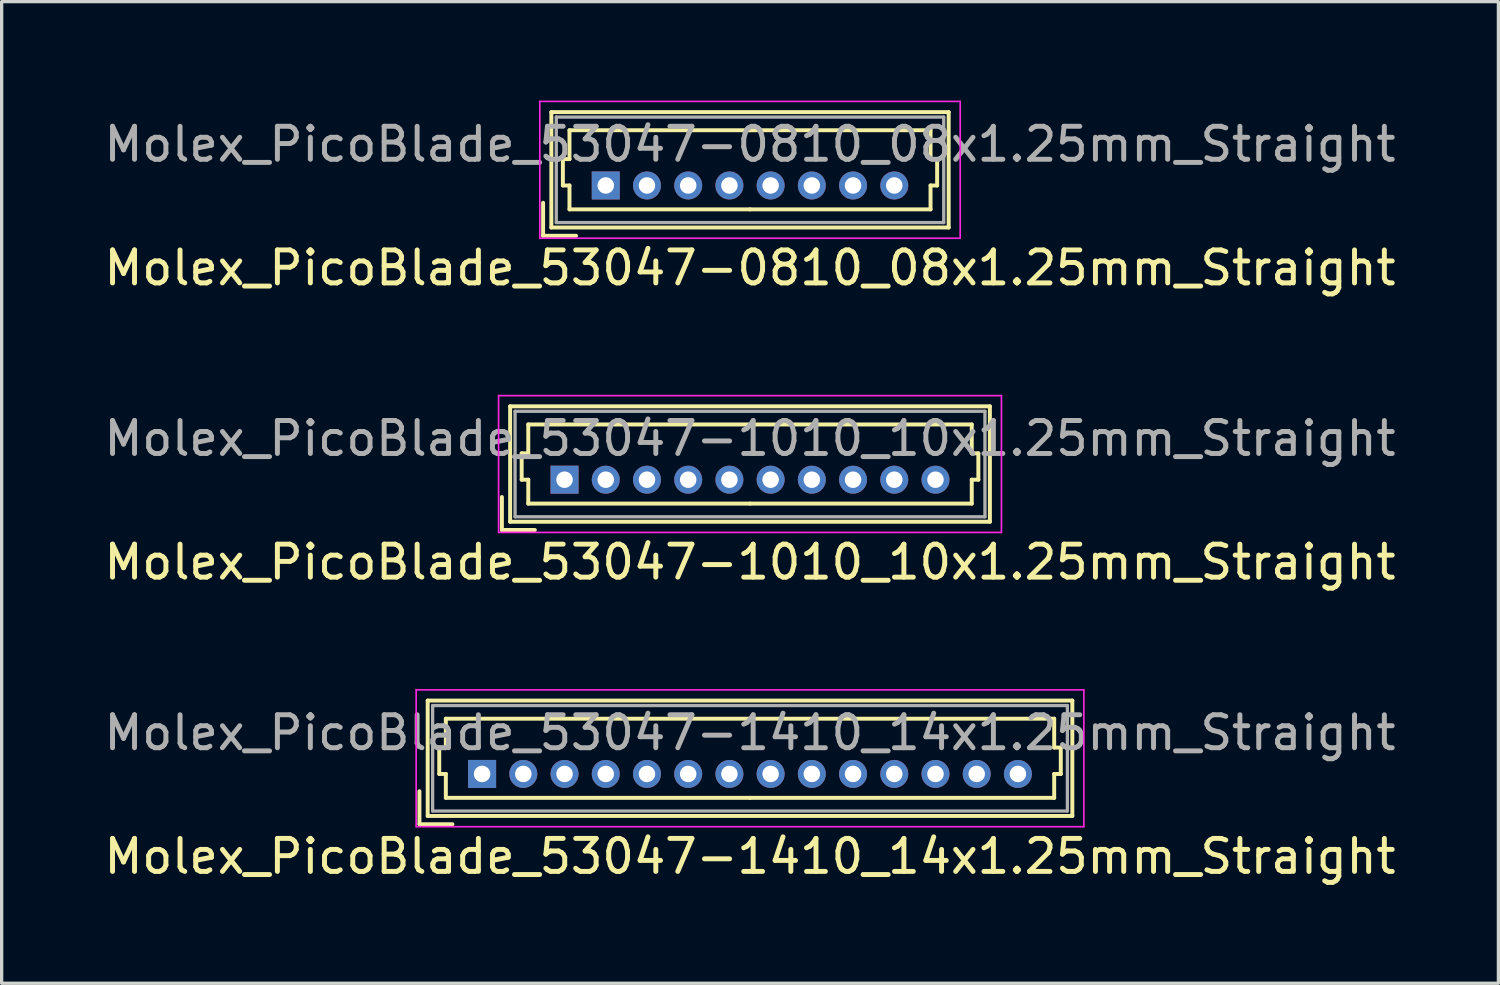
<source format=kicad_pcb>
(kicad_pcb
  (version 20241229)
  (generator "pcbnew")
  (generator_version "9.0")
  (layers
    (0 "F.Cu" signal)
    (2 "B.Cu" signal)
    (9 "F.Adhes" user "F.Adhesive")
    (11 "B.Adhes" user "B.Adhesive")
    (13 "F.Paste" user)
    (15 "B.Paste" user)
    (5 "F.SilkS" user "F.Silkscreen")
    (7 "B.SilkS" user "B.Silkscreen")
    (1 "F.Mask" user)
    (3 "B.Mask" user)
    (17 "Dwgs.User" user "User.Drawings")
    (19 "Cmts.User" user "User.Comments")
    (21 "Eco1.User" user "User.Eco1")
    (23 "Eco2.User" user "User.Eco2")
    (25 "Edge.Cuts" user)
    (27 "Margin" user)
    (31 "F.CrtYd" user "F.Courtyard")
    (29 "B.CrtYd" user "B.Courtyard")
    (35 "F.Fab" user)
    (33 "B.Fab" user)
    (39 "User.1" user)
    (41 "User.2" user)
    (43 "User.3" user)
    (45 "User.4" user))
  (footprint "Molex_PicoBlade_53047-0810_08x1.25mm_Straight"
    (layer "F.Cu")
    (at 15.321 2.575)
    (property "Reference" "Molex_PicoBlade_53047-0810_08x1.25mm_Straight" (at 4.375 2.5 0) (layer "F.SilkS") (effects (font (size 1 1) (thickness 0.15))))
    (attr through_hole)
    (fp_line (start -1.9 1.525) (end -1.9 0.525) (stroke (width 0.12) (type solid)) (layer "F.SilkS"))
    (fp_line (start -1.9 1.525) (end -0.9 1.525) (stroke (width 0.12) (type solid)) (layer "F.SilkS"))
    (fp_line (start -1.65 -2.225) (end -1.65 1.275) (stroke (width 0.12) (type solid)) (layer "F.SilkS"))
    (fp_line (start -1.65 1.275) (end 10.4 1.275) (stroke (width 0.12) (type solid)) (layer "F.SilkS"))
    (fp_line (start -1.3 -0.8) (end -1.1 -0.8) (stroke (width 0.12) (type solid)) (layer "F.SilkS"))
    (fp_line (start -1.3 0) (end -1.3 -0.8) (stroke (width 0.12) (type solid)) (layer "F.SilkS"))
    (fp_line (start -1.1 -1.675) (end 4.375 -1.675) (stroke (width 0.12) (type solid)) (layer "F.SilkS"))
    (fp_line (start -1.1 -0.8) (end -1.1 -1.675) (stroke (width 0.12) (type solid)) (layer "F.SilkS"))
    (fp_line (start -1.1 0) (end -1.3 0) (stroke (width 0.12) (type solid)) (layer "F.SilkS"))
    (fp_line (start -1.1 0.725) (end -1.1 0) (stroke (width 0.12) (type solid)) (layer "F.SilkS"))
    (fp_line (start 4.375 0.725) (end -1.1 0.725) (stroke (width 0.12) (type solid)) (layer "F.SilkS"))
    (fp_line (start 4.375 0.725) (end 9.85 0.725) (stroke (width 0.12) (type solid)) (layer "F.SilkS"))
    (fp_line (start 9.85 -1.675) (end 4.375 -1.675) (stroke (width 0.12) (type solid)) (layer "F.SilkS"))
    (fp_line (start 9.85 -0.8) (end 9.85 -1.675) (stroke (width 0.12) (type solid)) (layer "F.SilkS"))
    (fp_line (start 9.85 0) (end 10.05 0) (stroke (width 0.12) (type solid)) (layer "F.SilkS"))
    (fp_line (start 9.85 0.725) (end 9.85 0) (stroke (width 0.12) (type solid)) (layer "F.SilkS"))
    (fp_line (start 10.05 -0.8) (end 9.85 -0.8) (stroke (width 0.12) (type solid)) (layer "F.SilkS"))
    (fp_line (start 10.05 0) (end 10.05 -0.8) (stroke (width 0.12) (type solid)) (layer "F.SilkS"))
    (fp_line (start 10.4 -2.225) (end -1.65 -2.225) (stroke (width 0.12) (type solid)) (layer "F.SilkS"))
    (fp_line (start 10.4 1.275) (end 10.4 -2.225) (stroke (width 0.12) (type solid)) (layer "F.SilkS"))
    (fp_line (start -2 -2.55) (end -2 1.6) (stroke (width 0.05) (type solid)) (layer "F.CrtYd"))
    (fp_line (start -2 1.6) (end 10.75 1.6) (stroke (width 0.05) (type solid)) (layer "F.CrtYd"))
    (fp_line (start 10.75 -2.55) (end -2 -2.55) (stroke (width 0.05) (type solid)) (layer "F.CrtYd"))
    (fp_line (start 10.75 1.6) (end 10.75 -2.55) (stroke (width 0.05) (type solid)) (layer "F.CrtYd"))
    (fp_line (start -1.5 -2.075) (end -1.5 1.125) (stroke (width 0.1) (type solid)) (layer "F.Fab"))
    (fp_line (start -1.5 1.125) (end 10.25 1.125) (stroke (width 0.1) (type solid)) (layer "F.Fab"))
    (fp_line (start 10.25 -2.075) (end -1.5 -2.075) (stroke (width 0.1) (type solid)) (layer "F.Fab"))
    (fp_line (start 10.25 1.125) (end 10.25 -2.075) (stroke (width 0.1) (type solid)) (layer "F.Fab"))
    (fp_text user "${REFERENCE}" (at 4.375 -1.25 0) (layer "F.Fab") (effects (font (size 1 1) (thickness 0.15))))
    (pad "1" thru_hole rect (at 0 0) (size 0.85 0.85) (drill 0.5) (layers "*.Cu" "*.Mask"))
    (pad "2" thru_hole circle (at 1.25 0) (size 0.85 0.85) (drill 0.5) (layers "*.Cu" "*.Mask"))
    (pad "3" thru_hole circle (at 2.5 0) (size 0.85 0.85) (drill 0.5) (layers "*.Cu" "*.Mask"))
    (pad "4" thru_hole circle (at 3.75 0) (size 0.85 0.85) (drill 0.5) (layers "*.Cu" "*.Mask"))
    (pad "5" thru_hole circle (at 5 0) (size 0.85 0.85) (drill 0.5) (layers "*.Cu" "*.Mask"))
    (pad "6" thru_hole circle (at 6.25 0) (size 0.85 0.85) (drill 0.5) (layers "*.Cu" "*.Mask"))
    (pad "7" thru_hole circle (at 7.5 0) (size 0.85 0.85) (drill 0.5) (layers "*.Cu" "*.Mask"))
    (pad "8" thru_hole circle (at 8.75 0) (size 0.85 0.85) (drill 0.5) (layers "*.Cu" "*.Mask")))
  (footprint "Molex_PicoBlade_53047-1010_10x1.25mm_Straight"
    (layer "F.Cu")
    (at 14.071 11.498)
    (property "Reference" "Molex_PicoBlade_53047-1010_10x1.25mm_Straight" (at 5.625 2.5 0) (layer "F.SilkS") (effects (font (size 1 1) (thickness 0.15))))
    (attr through_hole)
    (fp_line (start -1.9 1.525) (end -1.9 0.525) (stroke (width 0.12) (type solid)) (layer "F.SilkS"))
    (fp_line (start -1.9 1.525) (end -0.9 1.525) (stroke (width 0.12) (type solid)) (layer "F.SilkS"))
    (fp_line (start -1.65 -2.225) (end -1.65 1.275) (stroke (width 0.12) (type solid)) (layer "F.SilkS"))
    (fp_line (start -1.65 1.275) (end 12.9 1.275) (stroke (width 0.12) (type solid)) (layer "F.SilkS"))
    (fp_line (start -1.3 -0.8) (end -1.1 -0.8) (stroke (width 0.12) (type solid)) (layer "F.SilkS"))
    (fp_line (start -1.3 0) (end -1.3 -0.8) (stroke (width 0.12) (type solid)) (layer "F.SilkS"))
    (fp_line (start -1.1 -1.675) (end 5.625 -1.675) (stroke (width 0.12) (type solid)) (layer "F.SilkS"))
    (fp_line (start -1.1 -0.8) (end -1.1 -1.675) (stroke (width 0.12) (type solid)) (layer "F.SilkS"))
    (fp_line (start -1.1 0) (end -1.3 0) (stroke (width 0.12) (type solid)) (layer "F.SilkS"))
    (fp_line (start -1.1 0.725) (end -1.1 0) (stroke (width 0.12) (type solid)) (layer "F.SilkS"))
    (fp_line (start 5.625 0.725) (end -1.1 0.725) (stroke (width 0.12) (type solid)) (layer "F.SilkS"))
    (fp_line (start 5.625 0.725) (end 12.35 0.725) (stroke (width 0.12) (type solid)) (layer "F.SilkS"))
    (fp_line (start 12.35 -1.675) (end 5.625 -1.675) (stroke (width 0.12) (type solid)) (layer "F.SilkS"))
    (fp_line (start 12.35 -0.8) (end 12.35 -1.675) (stroke (width 0.12) (type solid)) (layer "F.SilkS"))
    (fp_line (start 12.35 0) (end 12.55 0) (stroke (width 0.12) (type solid)) (layer "F.SilkS"))
    (fp_line (start 12.35 0.725) (end 12.35 0) (stroke (width 0.12) (type solid)) (layer "F.SilkS"))
    (fp_line (start 12.55 -0.8) (end 12.35 -0.8) (stroke (width 0.12) (type solid)) (layer "F.SilkS"))
    (fp_line (start 12.55 0) (end 12.55 -0.8) (stroke (width 0.12) (type solid)) (layer "F.SilkS"))
    (fp_line (start 12.9 -2.225) (end -1.65 -2.225) (stroke (width 0.12) (type solid)) (layer "F.SilkS"))
    (fp_line (start 12.9 1.275) (end 12.9 -2.225) (stroke (width 0.12) (type solid)) (layer "F.SilkS"))
    (fp_line (start -2 -2.55) (end -2 1.6) (stroke (width 0.05) (type solid)) (layer "F.CrtYd"))
    (fp_line (start -2 1.6) (end 13.25 1.6) (stroke (width 0.05) (type solid)) (layer "F.CrtYd"))
    (fp_line (start 13.25 -2.55) (end -2 -2.55) (stroke (width 0.05) (type solid)) (layer "F.CrtYd"))
    (fp_line (start 13.25 1.6) (end 13.25 -2.55) (stroke (width 0.05) (type solid)) (layer "F.CrtYd"))
    (fp_line (start -1.5 -2.075) (end -1.5 1.125) (stroke (width 0.1) (type solid)) (layer "F.Fab"))
    (fp_line (start -1.5 1.125) (end 12.75 1.125) (stroke (width 0.1) (type solid)) (layer "F.Fab"))
    (fp_line (start 12.75 -2.075) (end -1.5 -2.075) (stroke (width 0.1) (type solid)) (layer "F.Fab"))
    (fp_line (start 12.75 1.125) (end 12.75 -2.075) (stroke (width 0.1) (type solid)) (layer "F.Fab"))
    (fp_text user "${REFERENCE}" (at 5.625 -1.25 0) (layer "F.Fab") (effects (font (size 1 1) (thickness 0.15))))
    (pad "1" thru_hole rect (at 0 0) (size 0.85 0.85) (drill 0.5) (layers "*.Cu" "*.Mask"))
    (pad "2" thru_hole circle (at 1.25 0) (size 0.85 0.85) (drill 0.5) (layers "*.Cu" "*.Mask"))
    (pad "3" thru_hole circle (at 2.5 0) (size 0.85 0.85) (drill 0.5) (layers "*.Cu" "*.Mask"))
    (pad "4" thru_hole circle (at 3.75 0) (size 0.85 0.85) (drill 0.5) (layers "*.Cu" "*.Mask"))
    (pad "5" thru_hole circle (at 5 0) (size 0.85 0.85) (drill 0.5) (layers "*.Cu" "*.Mask"))
    (pad "6" thru_hole circle (at 6.25 0) (size 0.85 0.85) (drill 0.5) (layers "*.Cu" "*.Mask"))
    (pad "7" thru_hole circle (at 7.5 0) (size 0.85 0.85) (drill 0.5) (layers "*.Cu" "*.Mask"))
    (pad "8" thru_hole circle (at 8.75 0) (size 0.85 0.85) (drill 0.5) (layers "*.Cu" "*.Mask"))
    (pad "9" thru_hole circle (at 10 0) (size 0.85 0.85) (drill 0.5) (layers "*.Cu" "*.Mask"))
    (pad "10" thru_hole circle (at 11.25 0) (size 0.85 0.85) (drill 0.5) (layers "*.Cu" "*.Mask")))
  (footprint "Molex_PicoBlade_53047-1410_14x1.25mm_Straight"
    (layer "F.Cu")
    (at 11.571 20.422)
    (property "Reference" "Molex_PicoBlade_53047-1410_14x1.25mm_Straight" (at 8.125 2.5 0) (layer "F.SilkS") (effects (font (size 1 1) (thickness 0.15))))
    (attr through_hole)
    (fp_line (start -1.9 1.525) (end -1.9 0.525) (stroke (width 0.12) (type solid)) (layer "F.SilkS"))
    (fp_line (start -1.9 1.525) (end -0.9 1.525) (stroke (width 0.12) (type solid)) (layer "F.SilkS"))
    (fp_line (start -1.65 -2.225) (end -1.65 1.275) (stroke (width 0.12) (type solid)) (layer "F.SilkS"))
    (fp_line (start -1.65 1.275) (end 17.9 1.275) (stroke (width 0.12) (type solid)) (layer "F.SilkS"))
    (fp_line (start -1.3 -0.8) (end -1.1 -0.8) (stroke (width 0.12) (type solid)) (layer "F.SilkS"))
    (fp_line (start -1.3 0) (end -1.3 -0.8) (stroke (width 0.12) (type solid)) (layer "F.SilkS"))
    (fp_line (start -1.1 -1.675) (end 8.125 -1.675) (stroke (width 0.12) (type solid)) (layer "F.SilkS"))
    (fp_line (start -1.1 -0.8) (end -1.1 -1.675) (stroke (width 0.12) (type solid)) (layer "F.SilkS"))
    (fp_line (start -1.1 0) (end -1.3 0) (stroke (width 0.12) (type solid)) (layer "F.SilkS"))
    (fp_line (start -1.1 0.725) (end -1.1 0) (stroke (width 0.12) (type solid)) (layer "F.SilkS"))
    (fp_line (start 8.125 0.725) (end -1.1 0.725) (stroke (width 0.12) (type solid)) (layer "F.SilkS"))
    (fp_line (start 8.125 0.725) (end 17.35 0.725) (stroke (width 0.12) (type solid)) (layer "F.SilkS"))
    (fp_line (start 17.35 -1.675) (end 8.125 -1.675) (stroke (width 0.12) (type solid)) (layer "F.SilkS"))
    (fp_line (start 17.35 -0.8) (end 17.35 -1.675) (stroke (width 0.12) (type solid)) (layer "F.SilkS"))
    (fp_line (start 17.35 0) (end 17.55 0) (stroke (width 0.12) (type solid)) (layer "F.SilkS"))
    (fp_line (start 17.35 0.725) (end 17.35 0) (stroke (width 0.12) (type solid)) (layer "F.SilkS"))
    (fp_line (start 17.55 -0.8) (end 17.35 -0.8) (stroke (width 0.12) (type solid)) (layer "F.SilkS"))
    (fp_line (start 17.55 0) (end 17.55 -0.8) (stroke (width 0.12) (type solid)) (layer "F.SilkS"))
    (fp_line (start 17.9 -2.225) (end -1.65 -2.225) (stroke (width 0.12) (type solid)) (layer "F.SilkS"))
    (fp_line (start 17.9 1.275) (end 17.9 -2.225) (stroke (width 0.12) (type solid)) (layer "F.SilkS"))
    (fp_line (start -2 -2.55) (end -2 1.6) (stroke (width 0.05) (type solid)) (layer "F.CrtYd"))
    (fp_line (start -2 1.6) (end 18.25 1.6) (stroke (width 0.05) (type solid)) (layer "F.CrtYd"))
    (fp_line (start 18.25 -2.55) (end -2 -2.55) (stroke (width 0.05) (type solid)) (layer "F.CrtYd"))
    (fp_line (start 18.25 1.6) (end 18.25 -2.55) (stroke (width 0.05) (type solid)) (layer "F.CrtYd"))
    (fp_line (start -1.5 -2.075) (end -1.5 1.125) (stroke (width 0.1) (type solid)) (layer "F.Fab"))
    (fp_line (start -1.5 1.125) (end 17.75 1.125) (stroke (width 0.1) (type solid)) (layer "F.Fab"))
    (fp_line (start 17.75 -2.075) (end -1.5 -2.075) (stroke (width 0.1) (type solid)) (layer "F.Fab"))
    (fp_line (start 17.75 1.125) (end 17.75 -2.075) (stroke (width 0.1) (type solid)) (layer "F.Fab"))
    (fp_text user "${REFERENCE}" (at 8.125 -1.25 0) (layer "F.Fab") (effects (font (size 1 1) (thickness 0.15))))
    (pad "1" thru_hole rect (at 0 0) (size 0.85 0.85) (drill 0.5) (layers "*.Cu" "*.Mask"))
    (pad "2" thru_hole circle (at 1.25 0) (size 0.85 0.85) (drill 0.5) (layers "*.Cu" "*.Mask"))
    (pad "3" thru_hole circle (at 2.5 0) (size 0.85 0.85) (drill 0.5) (layers "*.Cu" "*.Mask"))
    (pad "4" thru_hole circle (at 3.75 0) (size 0.85 0.85) (drill 0.5) (layers "*.Cu" "*.Mask"))
    (pad "5" thru_hole circle (at 5 0) (size 0.85 0.85) (drill 0.5) (layers "*.Cu" "*.Mask"))
    (pad "6" thru_hole circle (at 6.25 0) (size 0.85 0.85) (drill 0.5) (layers "*.Cu" "*.Mask"))
    (pad "7" thru_hole circle (at 7.5 0) (size 0.85 0.85) (drill 0.5) (layers "*.Cu" "*.Mask"))
    (pad "8" thru_hole circle (at 8.75 0) (size 0.85 0.85) (drill 0.5) (layers "*.Cu" "*.Mask"))
    (pad "9" thru_hole circle (at 10 0) (size 0.85 0.85) (drill 0.5) (layers "*.Cu" "*.Mask"))
    (pad "10" thru_hole circle (at 11.25 0) (size 0.85 0.85) (drill 0.5) (layers "*.Cu" "*.Mask"))
    (pad "11" thru_hole circle (at 12.5 0) (size 0.85 0.85) (drill 0.5) (layers "*.Cu" "*.Mask"))
    (pad "12" thru_hole circle (at 13.75 0) (size 0.85 0.85) (drill 0.5) (layers "*.Cu" "*.Mask"))
    (pad "13" thru_hole circle (at 15 0) (size 0.85 0.85) (drill 0.5) (layers "*.Cu" "*.Mask"))
    (pad "14" thru_hole circle (at 16.25 0) (size 0.85 0.85) (drill 0.5) (layers "*.Cu" "*.Mask")))
  (gr_rect
    (start -3 -3)
    (end 42.393 26.77)
    (stroke (width 0.1) (type default))
    (fill no)
    (layer "Edge.Cuts")))
</source>
